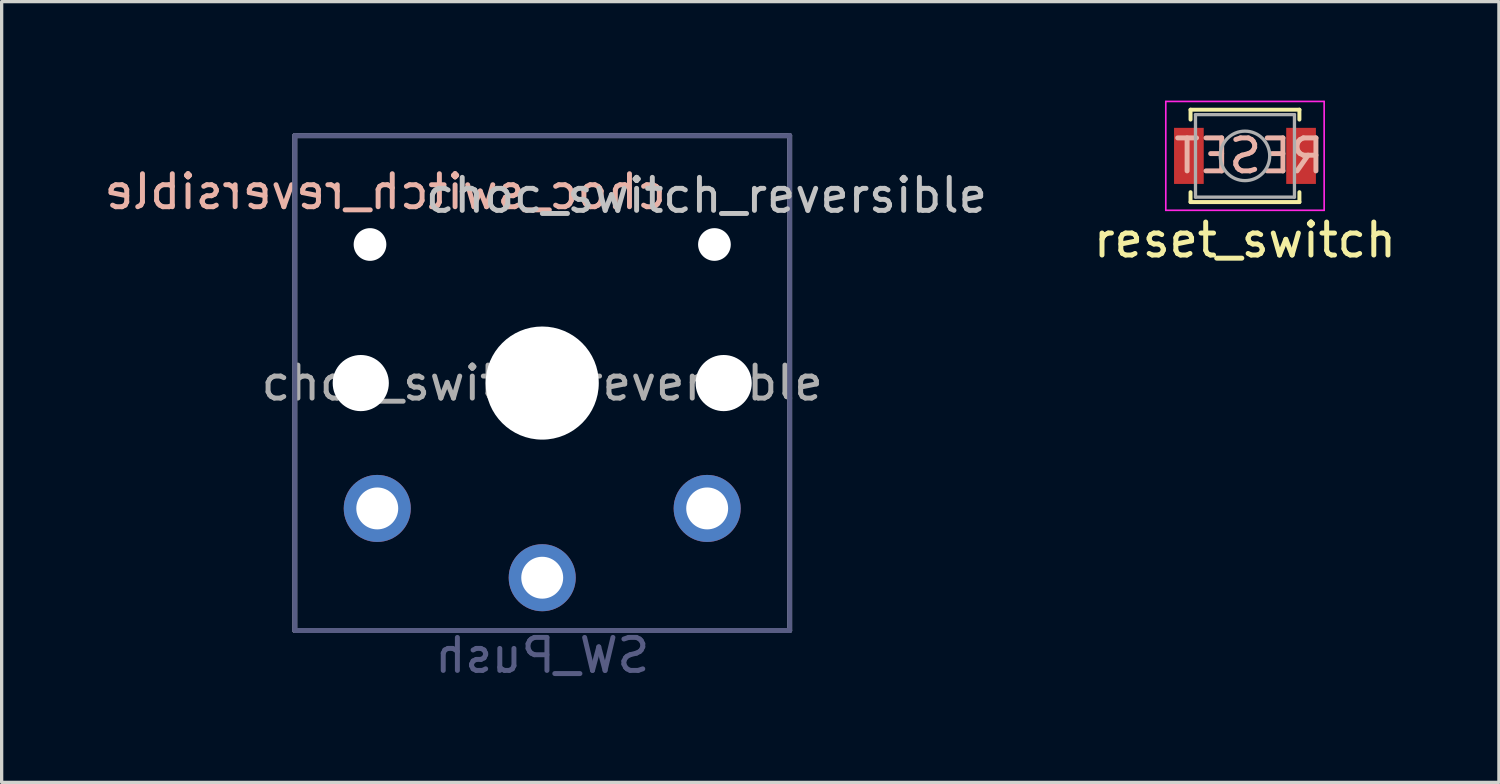
<source format=kicad_pcb>
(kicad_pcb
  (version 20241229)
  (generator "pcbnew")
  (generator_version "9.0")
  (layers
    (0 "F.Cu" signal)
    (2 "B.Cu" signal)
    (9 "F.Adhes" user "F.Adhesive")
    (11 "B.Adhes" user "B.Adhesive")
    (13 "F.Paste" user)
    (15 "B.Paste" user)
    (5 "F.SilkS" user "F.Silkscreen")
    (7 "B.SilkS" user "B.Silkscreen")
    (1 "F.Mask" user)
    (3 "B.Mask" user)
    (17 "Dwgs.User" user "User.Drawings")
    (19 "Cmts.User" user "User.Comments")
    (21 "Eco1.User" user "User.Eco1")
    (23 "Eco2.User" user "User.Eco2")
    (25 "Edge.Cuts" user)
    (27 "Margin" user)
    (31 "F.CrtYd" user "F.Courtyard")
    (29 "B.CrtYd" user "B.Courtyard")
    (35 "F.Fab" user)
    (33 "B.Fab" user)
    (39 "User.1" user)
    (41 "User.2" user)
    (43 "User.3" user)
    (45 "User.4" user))
  (footprint "reset_switch"
    (layer "F.Cu")
    (at 34.686 1.675)
    (property "Reference" "reset_switch" (at 0 2.55 0) (layer "F.SilkS") (effects (font (size 1 1) (thickness 0.15))))
    (attr smd)
    (fp_line (start -1.65 -1.4) (end 1.65 -1.4) (stroke (width 0.12) (type solid)) (layer "F.SilkS"))
    (fp_line (start -1.65 -1.1) (end -1.65 -1.4) (stroke (width 0.12) (type solid)) (layer "F.SilkS"))
    (fp_line (start -1.65 1.1) (end -1.65 1.4) (stroke (width 0.12) (type solid)) (layer "F.SilkS"))
    (fp_line (start -1.65 1.4) (end 1.65 1.4) (stroke (width 0.12) (type solid)) (layer "F.SilkS"))
    (fp_line (start 1.65 -1.4) (end 1.65 -1.1) (stroke (width 0.12) (type solid)) (layer "F.SilkS"))
    (fp_line (start 1.65 1.4) (end 1.65 1.1) (stroke (width 0.12) (type solid)) (layer "F.SilkS"))
    (fp_line (start -2.4 -1.65) (end -2.4 1.65) (stroke (width 0.05) (type solid)) (layer "F.CrtYd"))
    (fp_line (start -2.4 1.65) (end 2.4 1.65) (stroke (width 0.05) (type solid)) (layer "F.CrtYd"))
    (fp_line (start 2.4 -1.65) (end -2.4 -1.65) (stroke (width 0.05) (type solid)) (layer "F.CrtYd"))
    (fp_line (start 2.4 1.65) (end 2.4 -1.65) (stroke (width 0.05) (type solid)) (layer "F.CrtYd"))
    (fp_line (start -1.5 -1.25) (end 1.5 -1.25) (stroke (width 0.1) (type solid)) (layer "F.Fab"))
    (fp_line (start -1.5 1.25) (end -1.5 -1.25) (stroke (width 0.1) (type solid)) (layer "F.Fab"))
    (fp_line (start 1.5 -1.25) (end 1.5 1.25) (stroke (width 0.1) (type solid)) (layer "F.Fab"))
    (fp_line (start 1.5 1.25) (end -1.5 1.25) (stroke (width 0.1) (type solid)) (layer "F.Fab"))
    (fp_circle (center 0 0) (end 0.75 0) (stroke (width 0.1) (type solid)) (fill no) (layer "F.Fab"))
    (fp_text user "RESET" (at 0.127 0 0) (layer "B.SilkS") (effects (font (size 1 1) (thickness 0.15)) (justify mirror)))
    (pad "1" smd rect (at -1.7 0) (size 0.9 1.7) (layers "F.Cu" "F.Mask" "F.Paste"))
    (pad "2" smd rect (at 1.7 0) (size 0.9 1.7) (layers "F.Cu" "F.Mask" "F.Paste")))
  (footprint "choc_switch_reversible"
    (layer "F.Cu")
    (at 13.385 8.561)
    (property "Reference" "choc_switch_reversible" (at 4.98 -5.69 0) (layer "Dwgs.User") (effects (font (size 1 1) (thickness 0.15))))
    (property "Value" "SW_Push" (at -0.07 8.17 0) (layer "Dwgs.User") (hide yes) (effects (font (size 1 1) (thickness 0.15))))
    (attr through_hole)
    (fp_line (start -9 8.136) (end -8.994 -8.1) (stroke (width 0.12) (type solid)) (layer "Eco1.User"))
    (fp_line (start -8.63 -8.5) (end 8.6 -8.5) (stroke (width 0.12) (type solid)) (layer "Eco1.User"))
    (fp_line (start -8.6 8.5) (end 8.636 8.5) (stroke (width 0.12) (type solid)) (layer "Eco1.User"))
    (fp_line (start 9 8.1) (end 9 -8.136) (stroke (width 0.12) (type solid)) (layer "Eco1.User"))
    (fp_arc (start -8.994011 -8.099594) (mid -8.898745 -8.378652) (end -8.63 -8.5) (stroke (width 0.12) (type solid)) (layer "Eco1.User"))
    (fp_arc (start -8.6 8.49968) (mid -8.879058 8.404414) (end -9.000406 8.135669) (stroke (width 0.12) (type solid)) (layer "Eco1.User"))
    (fp_arc (start 8.599915 -8.5) (mid 8.878973 -8.404734) (end 9.000321 -8.135989) (stroke (width 0.12) (type solid)) (layer "Eco1.User"))
    (fp_arc (start 9 8.1) (mid 8.904734 8.379058) (end 8.635989 8.500406) (stroke (width 0.12) (type solid)) (layer "Eco1.User"))
    (fp_line (start -6.9 6.9) (end -6.9 -6.9) (stroke (width 0.15) (type solid)) (layer "Eco2.User"))
    (fp_line (start -6.9 6.9) (end 6.9 6.9) (stroke (width 0.15) (type solid)) (layer "Eco2.User"))
    (fp_line (start -2.6 -3.1) (end -2.6 -6.3) (stroke (width 0.15) (type solid)) (layer "Eco2.User"))
    (fp_line (start -2.6 -3.1) (end 2.6 -3.1) (stroke (width 0.15) (type solid)) (layer "Eco2.User"))
    (fp_line (start 2.6 -6.3) (end -2.6 -6.3) (stroke (width 0.15) (type solid)) (layer "Eco2.User"))
    (fp_line (start 2.6 -3.1) (end 2.6 -6.3) (stroke (width 0.15) (type solid)) (layer "Eco2.User"))
    (fp_line (start 6.9 -6.9) (end -6.9 -6.9) (stroke (width 0.15) (type solid)) (layer "Eco2.User"))
    (fp_line (start 6.9 -6.9) (end 6.9 6.9) (stroke (width 0.15) (type solid)) (layer "Eco2.User"))
    (fp_line (start -7.5 -7.5) (end 7.5 -7.5) (stroke (width 0.15) (type solid)) (layer "B.Fab"))
    (fp_line (start -7.5 7.5) (end -7.5 -7.5) (stroke (width 0.15) (type solid)) (layer "B.Fab"))
    (fp_line (start 7.5 -7.5) (end 7.5 7.5) (stroke (width 0.15) (type solid)) (layer "B.Fab"))
    (fp_line (start 7.5 7.5) (end -7.5 7.5) (stroke (width 0.15) (type solid)) (layer "B.Fab"))
    (fp_line (start -7.5 -7.5) (end 7.5 -7.5) (stroke (width 0.15) (type solid)) (layer "F.Fab"))
    (fp_line (start -7.5 7.5) (end -7.5 -7.5) (stroke (width 0.15) (type solid)) (layer "F.Fab"))
    (fp_line (start 7.5 -7.5) (end 7.5 7.5) (stroke (width 0.15) (type solid)) (layer "F.Fab"))
    (fp_line (start 7.5 7.5) (end -7.5 7.5) (stroke (width 0.15) (type solid)) (layer "F.Fab"))
    (fp_text user "${REFERENCE}" (at -4.76 -5.8 0) (layer "B.SilkS") (effects (font (size 1 1) (thickness 0.15)) (justify mirror)))
    (fp_text user "${VALUE}" (at 0 8.255 0) (layer "B.Fab") (effects (font (size 1 1) (thickness 0.15)) (justify mirror)))
    (fp_text user "${REFERENCE}" (at 0 0 0) (layer "F.Fab") (effects (font (size 1 1) (thickness 0.15))))
    (pad "" np_thru_hole circle (at -5.5 0) (size 1.702 1.702) (drill 1.702) (layers "*.Cu" "*.Mask"))
    (pad "" np_thru_hole circle (at -5.22 -4.2) (size 0.991 0.991) (drill 0.991) (layers "*.Cu" "*.Mask"))
    (pad "" np_thru_hole circle (at 0 0) (size 3.429 3.429) (drill 3.429) (layers "*.Cu" "*.Mask"))
    (pad "" np_thru_hole circle (at 5.22 -4.2) (size 0.991 0.991) (drill 0.991) (layers "*.Cu" "*.Mask"))
    (pad "" np_thru_hole circle (at 5.5 0) (size 1.702 1.702) (drill 1.702) (layers "*.Cu" "*.Mask"))
    (pad "1" thru_hole circle (at 0 5.9) (size 2.032 2.032) (drill 1.27) (layers "*.Cu" "*.Mask"))
    (pad "2" thru_hole circle (at -5 3.8) (size 2.032 2.032) (drill 1.27) (layers "*.Cu" "*.Mask"))
    (pad "2" thru_hole circle (at 5 3.8) (size 2.032 2.032) (drill 1.27) (layers "*.Cu" "*.Mask")))
  (gr_rect
    (start -3 -3)
    (end 42.383 20.664)
    (stroke (width 0.1) (type default))
    (fill no)
    (layer "Edge.Cuts")))
</source>
